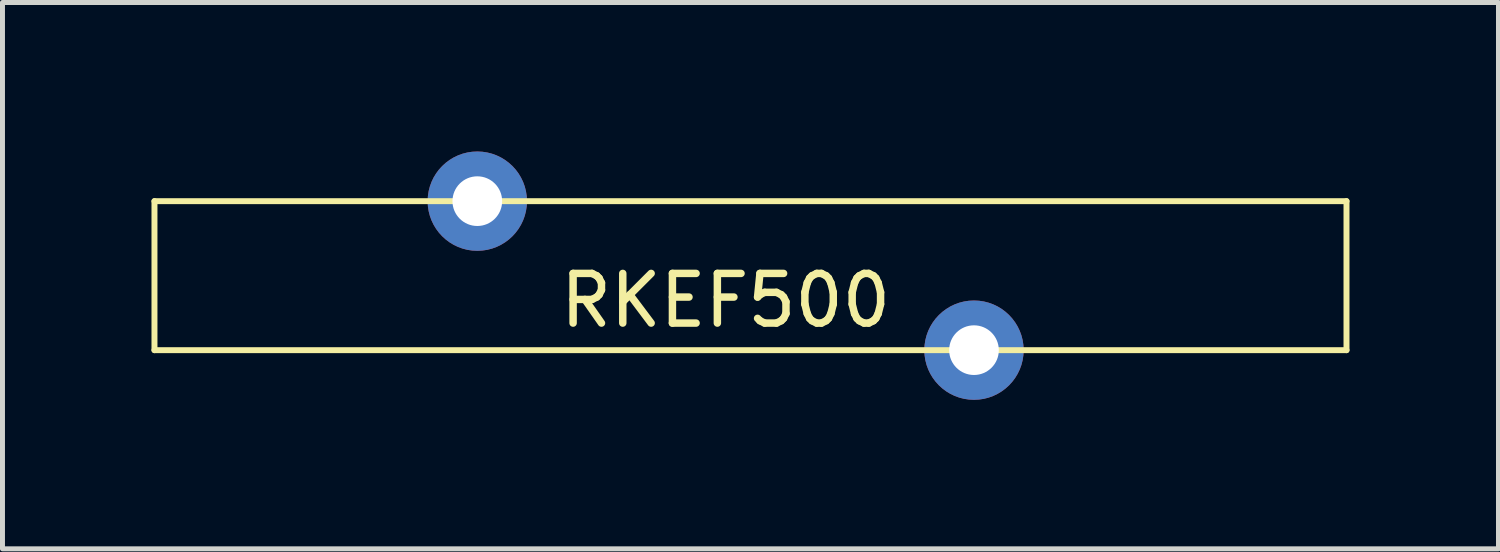
<source format=kicad_pcb>
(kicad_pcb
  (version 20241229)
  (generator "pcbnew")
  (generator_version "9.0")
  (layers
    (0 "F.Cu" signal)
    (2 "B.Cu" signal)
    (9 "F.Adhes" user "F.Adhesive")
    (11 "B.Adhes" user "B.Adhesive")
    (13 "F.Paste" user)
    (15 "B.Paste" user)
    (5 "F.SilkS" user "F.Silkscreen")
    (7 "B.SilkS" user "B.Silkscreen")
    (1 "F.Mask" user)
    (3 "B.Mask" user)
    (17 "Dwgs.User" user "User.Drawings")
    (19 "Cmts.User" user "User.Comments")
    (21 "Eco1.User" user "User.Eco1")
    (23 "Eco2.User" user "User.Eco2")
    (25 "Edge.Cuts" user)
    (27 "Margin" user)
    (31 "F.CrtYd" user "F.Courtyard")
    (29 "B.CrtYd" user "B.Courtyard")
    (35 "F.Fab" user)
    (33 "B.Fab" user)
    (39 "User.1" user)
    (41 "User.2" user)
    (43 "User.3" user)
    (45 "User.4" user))
  (footprint "RKEF500"
    (layer "F.Cu")
    (at 11.56 2.5)
    (property "Reference" "RKEF500" (at 0 0.5 0) (layer "F.SilkS") (effects (font (size 1 1) (thickness 0.15))))
    (attr through_hole)
    (fp_line (start -11.5 -1.5) (end -11.5 1.5) (stroke (width 0.12) (type solid)) (layer "F.SilkS"))
    (fp_line (start 12.5 -1.5) (end -11.5 -1.5) (stroke (width 0.12) (type solid)) (layer "F.SilkS"))
    (fp_line (start 12.5 -1.5) (end 12.5 1.5) (stroke (width 0.12) (type solid)) (layer "F.SilkS"))
    (fp_line (start 12.5 1.5) (end -11.5 1.5) (stroke (width 0.12) (type solid)) (layer "F.SilkS"))
    (pad "1" thru_hole circle (at -5 -1.5) (size 2 2) (drill 1) (layers "*.Cu" "*.Mask"))
    (pad "2" thru_hole circle (at 5 1.5) (size 2 2) (drill 1) (layers "*.Cu" "*.Mask")))
  (gr_rect
    (start -3 -3)
    (end 27.12 8)
    (stroke (width 0.1) (type default))
    (fill no)
    (layer "Edge.Cuts")))
</source>
